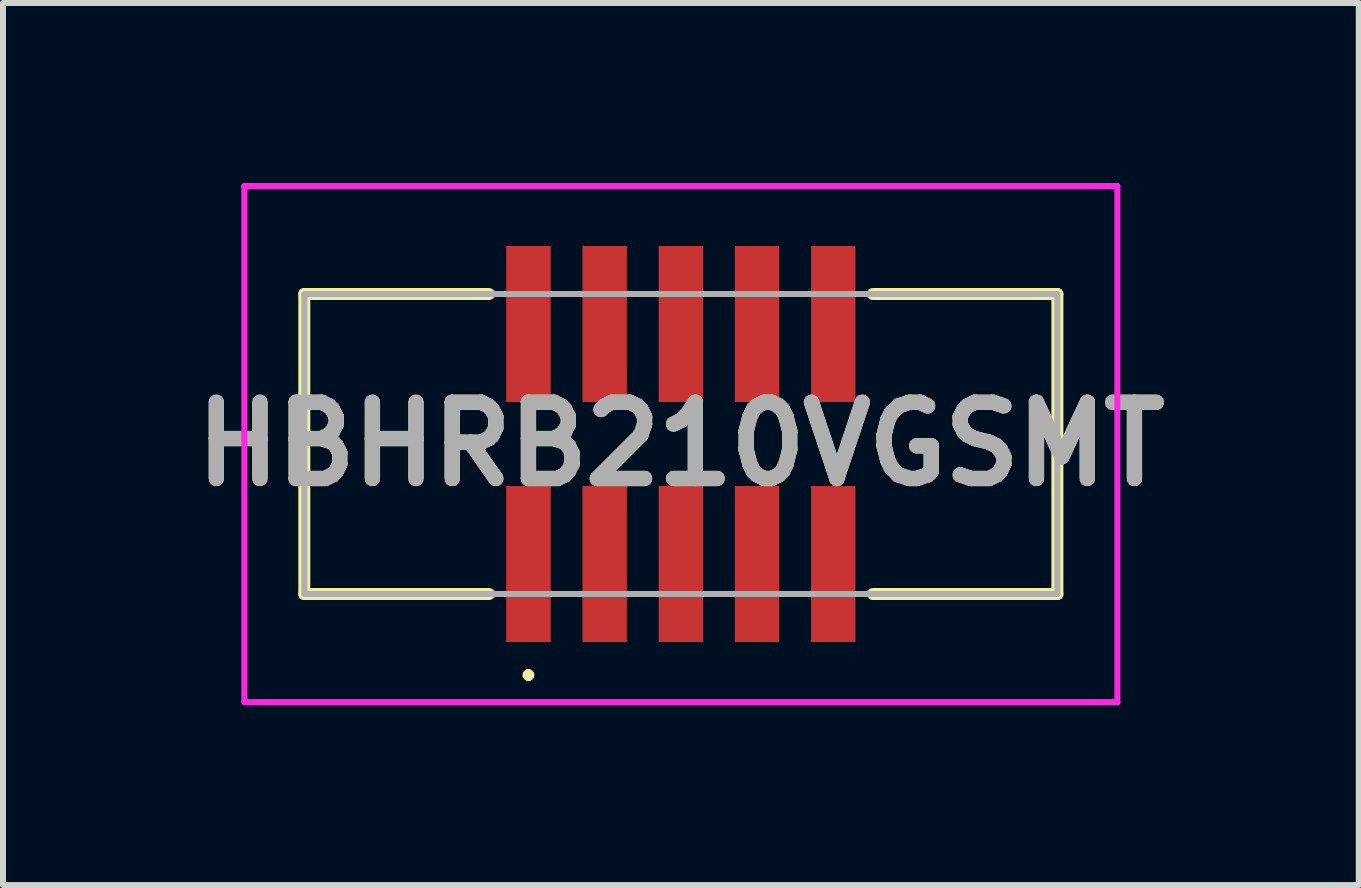
<source format=kicad_pcb>
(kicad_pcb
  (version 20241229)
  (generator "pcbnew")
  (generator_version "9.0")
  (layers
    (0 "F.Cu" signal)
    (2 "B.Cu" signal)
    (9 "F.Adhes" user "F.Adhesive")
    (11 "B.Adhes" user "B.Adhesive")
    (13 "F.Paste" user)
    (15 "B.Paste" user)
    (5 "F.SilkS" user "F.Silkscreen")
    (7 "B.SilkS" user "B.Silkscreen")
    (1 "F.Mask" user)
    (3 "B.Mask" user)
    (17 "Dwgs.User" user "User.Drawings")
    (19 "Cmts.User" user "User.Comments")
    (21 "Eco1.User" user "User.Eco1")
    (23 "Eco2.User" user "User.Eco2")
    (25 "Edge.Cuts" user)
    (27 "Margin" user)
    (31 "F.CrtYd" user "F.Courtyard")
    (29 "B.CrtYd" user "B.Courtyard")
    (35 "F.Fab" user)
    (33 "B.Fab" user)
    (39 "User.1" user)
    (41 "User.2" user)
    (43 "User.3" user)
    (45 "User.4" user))
  (footprint "HBHRB210VGSMT"
    (layer "F.Cu")
    (at 8.297 4.35)
    (property "Reference" "HBHRB210VGSMT" (at 0 0 0) (layer "F.SilkS") (effects (font (size 1.27 1.27) (thickness 0.254))))
    (attr smd)
    (fp_line (start -6.275 -2.5) (end -3.2 -2.5) (stroke (width 0.2) (type solid)) (layer "F.SilkS"))
    (fp_line (start -6.275 2.5) (end -6.275 -2.5) (stroke (width 0.2) (type solid)) (layer "F.SilkS"))
    (fp_line (start -3.2 2.5) (end -6.275 2.5) (stroke (width 0.2) (type solid)) (layer "F.SilkS"))
    (fp_line (start -2.54 3.8) (end -2.54 3.8) (stroke (width 0.1) (type solid)) (layer "F.SilkS"))
    (fp_line (start -2.54 3.9) (end -2.54 3.9) (stroke (width 0.1) (type solid)) (layer "F.SilkS"))
    (fp_line (start 3.2 -2.5) (end 6.275 -2.5) (stroke (width 0.2) (type solid)) (layer "F.SilkS"))
    (fp_line (start 6.275 -2.5) (end 6.275 2.5) (stroke (width 0.2) (type solid)) (layer "F.SilkS"))
    (fp_line (start 6.275 2.5) (end 3.2 2.5) (stroke (width 0.2) (type solid)) (layer "F.SilkS"))
    (fp_arc (start -2.54 3.8) (mid -2.49 3.85) (end -2.54 3.9) (stroke (width 0.1) (type solid)) (layer "F.SilkS"))
    (fp_arc (start -2.54 3.9) (mid -2.59 3.85) (end -2.54 3.8) (stroke (width 0.1) (type solid)) (layer "F.SilkS"))
    (fp_line (start -7.275 -4.3) (end 7.275 -4.3) (stroke (width 0.1) (type solid)) (layer "F.CrtYd"))
    (fp_line (start -7.275 4.3) (end -7.275 -4.3) (stroke (width 0.1) (type solid)) (layer "F.CrtYd"))
    (fp_line (start 7.275 -4.3) (end 7.275 4.3) (stroke (width 0.1) (type solid)) (layer "F.CrtYd"))
    (fp_line (start 7.275 4.3) (end -7.275 4.3) (stroke (width 0.1) (type solid)) (layer "F.CrtYd"))
    (fp_line (start -6.275 -2.5) (end 6.275 -2.5) (stroke (width 0.1) (type solid)) (layer "F.Fab"))
    (fp_line (start -6.275 2.5) (end -6.275 -2.5) (stroke (width 0.1) (type solid)) (layer "F.Fab"))
    (fp_line (start 6.275 -2.5) (end 6.275 2.5) (stroke (width 0.1) (type solid)) (layer "F.Fab"))
    (fp_line (start 6.275 2.5) (end -6.275 2.5) (stroke (width 0.1) (type solid)) (layer "F.Fab"))
    (fp_text user "${REFERENCE}" (at 0 0 0) (layer "F.Fab") (effects (font (size 1.27 1.27) (thickness 0.254))))
    (pad "1" smd rect (at -2.54 2) (size 0.74 2.6) (layers "F.Cu" "F.Mask" "F.Paste"))
    (pad "2" smd rect (at -2.54 -2) (size 0.74 2.6) (layers "F.Cu" "F.Mask" "F.Paste"))
    (pad "3" smd rect (at -1.27 2) (size 0.74 2.6) (layers "F.Cu" "F.Mask" "F.Paste"))
    (pad "4" smd rect (at -1.27 -2) (size 0.74 2.6) (layers "F.Cu" "F.Mask" "F.Paste"))
    (pad "5" smd rect (at 0 2) (size 0.74 2.6) (layers "F.Cu" "F.Mask" "F.Paste"))
    (pad "6" smd rect (at 0 -2) (size 0.74 2.6) (layers "F.Cu" "F.Mask" "F.Paste"))
    (pad "7" smd rect (at 1.27 2) (size 0.74 2.6) (layers "F.Cu" "F.Mask" "F.Paste"))
    (pad "8" smd rect (at 1.27 -2) (size 0.74 2.6) (layers "F.Cu" "F.Mask" "F.Paste"))
    (pad "9" smd rect (at 2.54 2) (size 0.74 2.6) (layers "F.Cu" "F.Mask" "F.Paste"))
    (pad "10" smd rect (at 2.54 -2) (size 0.74 2.6) (layers "F.Cu" "F.Mask" "F.Paste")))
  (gr_rect
    (start -3 -3)
    (end 19.595 11.7)
    (stroke (width 0.1) (type default))
    (fill no)
    (layer "Edge.Cuts")))
</source>
